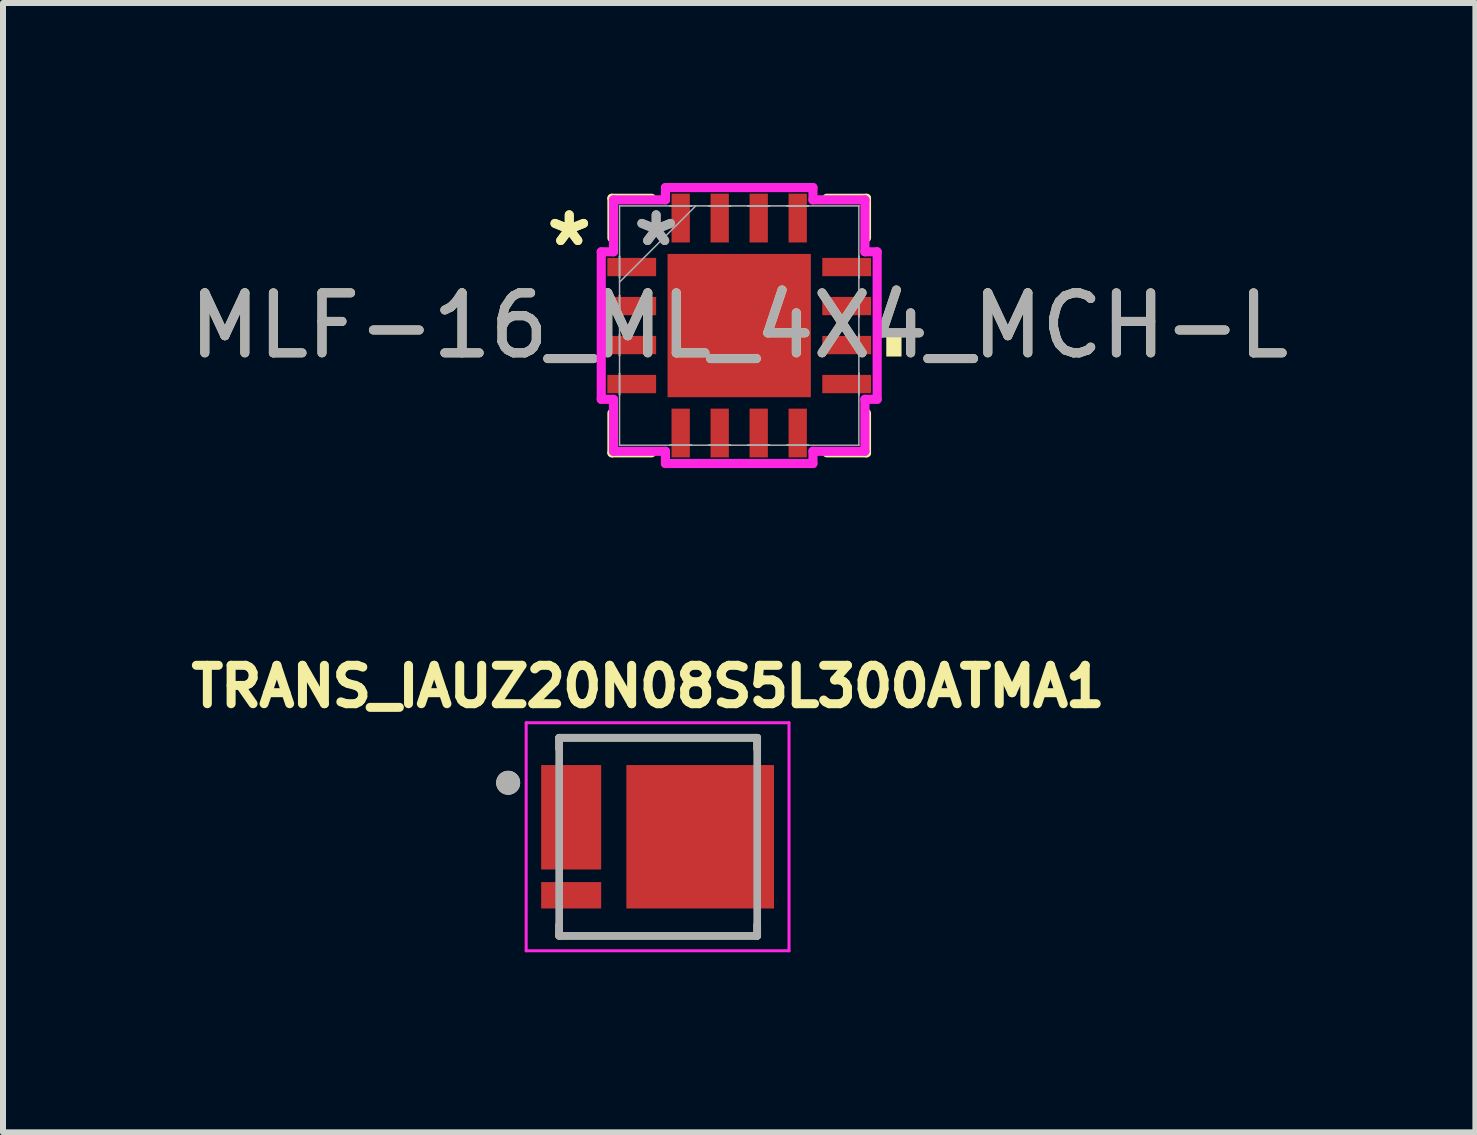
<source format=kicad_pcb>
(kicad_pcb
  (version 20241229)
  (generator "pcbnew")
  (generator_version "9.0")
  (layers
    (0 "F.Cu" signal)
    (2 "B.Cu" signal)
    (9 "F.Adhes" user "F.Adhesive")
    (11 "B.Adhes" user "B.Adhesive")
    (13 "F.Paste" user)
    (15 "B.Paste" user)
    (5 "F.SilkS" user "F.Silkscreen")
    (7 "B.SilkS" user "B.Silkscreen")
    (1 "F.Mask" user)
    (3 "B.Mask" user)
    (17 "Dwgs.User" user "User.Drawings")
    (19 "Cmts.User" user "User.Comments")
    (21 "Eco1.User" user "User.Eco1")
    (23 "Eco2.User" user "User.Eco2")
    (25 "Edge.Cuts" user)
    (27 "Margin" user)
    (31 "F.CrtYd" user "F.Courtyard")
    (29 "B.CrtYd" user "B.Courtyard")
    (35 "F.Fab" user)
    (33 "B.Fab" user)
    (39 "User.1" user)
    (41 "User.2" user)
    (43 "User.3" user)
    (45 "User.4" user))
  (footprint "MLF-16_ML_4X4_MCH-L"
    (layer "F.Cu")
    (at 9.268 2.375)
    (property "Reference" "MLF-16_ML_4X4_MCH-L" (at 0 0 0) (unlocked yes) (layer "F.SilkS") (effects (font (size 1 1) (thickness 0.15))))
    (attr smd)
    (fp_line (start -2.121 -2.121) (end -2.121 -1.46) (stroke (width 0.152) (type solid)) (layer "F.SilkS"))
    (fp_line (start -2.121 1.46) (end -2.121 2.121) (stroke (width 0.152) (type solid)) (layer "F.SilkS"))
    (fp_line (start -2.121 2.121) (end -1.46 2.121) (stroke (width 0.152) (type solid)) (layer "F.SilkS"))
    (fp_line (start -1.46 -2.121) (end -2.121 -2.121) (stroke (width 0.152) (type solid)) (layer "F.SilkS"))
    (fp_line (start 1.46 2.121) (end 2.121 2.121) (stroke (width 0.152) (type solid)) (layer "F.SilkS"))
    (fp_line (start 2.121 -2.121) (end 1.46 -2.121) (stroke (width 0.152) (type solid)) (layer "F.SilkS"))
    (fp_line (start 2.121 -1.46) (end 2.121 -2.121) (stroke (width 0.152) (type solid)) (layer "F.SilkS"))
    (fp_line (start 2.121 2.121) (end 2.121 1.46) (stroke (width 0.152) (type solid)) (layer "F.SilkS"))
    (fp_poly (pts (xy 2.705 0.135) (xy 2.705 0.516) (xy 2.451 0.516) (xy 2.451 0.135)) (stroke (width 0) (type solid)) (fill yes) (layer "F.SilkS"))
    (fp_line (start -2.299 -1.229) (end -2.095 -1.229) (stroke (width 0.152) (type solid)) (layer "F.CrtYd"))
    (fp_line (start -2.299 1.229) (end -2.299 -1.229) (stroke (width 0.152) (type solid)) (layer "F.CrtYd"))
    (fp_line (start -2.095 -2.095) (end -1.229 -2.095) (stroke (width 0.152) (type solid)) (layer "F.CrtYd"))
    (fp_line (start -2.095 -1.229) (end -2.095 -2.095) (stroke (width 0.152) (type solid)) (layer "F.CrtYd"))
    (fp_line (start -2.095 1.229) (end -2.299 1.229) (stroke (width 0.152) (type solid)) (layer "F.CrtYd"))
    (fp_line (start -2.095 2.095) (end -2.095 1.229) (stroke (width 0.152) (type solid)) (layer "F.CrtYd"))
    (fp_line (start -1.229 -2.299) (end 1.229 -2.299) (stroke (width 0.152) (type solid)) (layer "F.CrtYd"))
    (fp_line (start -1.229 -2.095) (end -1.229 -2.299) (stroke (width 0.152) (type solid)) (layer "F.CrtYd"))
    (fp_line (start -1.229 2.095) (end -2.095 2.095) (stroke (width 0.152) (type solid)) (layer "F.CrtYd"))
    (fp_line (start -1.229 2.299) (end -1.229 2.095) (stroke (width 0.152) (type solid)) (layer "F.CrtYd"))
    (fp_line (start 1.229 -2.299) (end 1.229 -2.095) (stroke (width 0.152) (type solid)) (layer "F.CrtYd"))
    (fp_line (start 1.229 -2.095) (end 2.095 -2.095) (stroke (width 0.152) (type solid)) (layer "F.CrtYd"))
    (fp_line (start 1.229 2.095) (end 1.229 2.299) (stroke (width 0.152) (type solid)) (layer "F.CrtYd"))
    (fp_line (start 1.229 2.299) (end -1.229 2.299) (stroke (width 0.152) (type solid)) (layer "F.CrtYd"))
    (fp_line (start 2.095 -2.095) (end 2.095 -1.229) (stroke (width 0.152) (type solid)) (layer "F.CrtYd"))
    (fp_line (start 2.095 -1.229) (end 2.299 -1.229) (stroke (width 0.152) (type solid)) (layer "F.CrtYd"))
    (fp_line (start 2.095 1.229) (end 2.095 2.095) (stroke (width 0.152) (type solid)) (layer "F.CrtYd"))
    (fp_line (start 2.095 2.095) (end 1.229 2.095) (stroke (width 0.152) (type solid)) (layer "F.CrtYd"))
    (fp_line (start 2.299 -1.229) (end 2.299 1.229) (stroke (width 0.152) (type solid)) (layer "F.CrtYd"))
    (fp_line (start 2.299 1.229) (end 2.095 1.229) (stroke (width 0.152) (type solid)) (layer "F.CrtYd"))
    (fp_line (start -1.994 -1.994) (end -1.994 -1.994) (stroke (width 0.025) (type solid)) (layer "F.Fab"))
    (fp_line (start -1.994 -1.994) (end -1.994 1.994) (stroke (width 0.025) (type solid)) (layer "F.Fab"))
    (fp_line (start -1.994 -1.153) (end -1.994 -1.153) (stroke (width 0.025) (type solid)) (layer "F.Fab"))
    (fp_line (start -1.994 -1.153) (end -1.994 -0.797) (stroke (width 0.025) (type solid)) (layer "F.Fab"))
    (fp_line (start -1.994 -0.797) (end -1.994 -1.153) (stroke (width 0.025) (type solid)) (layer "F.Fab"))
    (fp_line (start -1.994 -0.797) (end -1.994 -0.797) (stroke (width 0.025) (type solid)) (layer "F.Fab"))
    (fp_line (start -1.994 -0.724) (end -0.724 -1.994) (stroke (width 0.025) (type solid)) (layer "F.Fab"))
    (fp_line (start -1.994 -0.503) (end -1.994 -0.503) (stroke (width 0.025) (type solid)) (layer "F.Fab"))
    (fp_line (start -1.994 -0.503) (end -1.994 -0.147) (stroke (width 0.025) (type solid)) (layer "F.Fab"))
    (fp_line (start -1.994 -0.147) (end -1.994 -0.503) (stroke (width 0.025) (type solid)) (layer "F.Fab"))
    (fp_line (start -1.994 -0.147) (end -1.994 -0.147) (stroke (width 0.025) (type solid)) (layer "F.Fab"))
    (fp_line (start -1.994 0.147) (end -1.994 0.147) (stroke (width 0.025) (type solid)) (layer "F.Fab"))
    (fp_line (start -1.994 0.147) (end -1.994 0.503) (stroke (width 0.025) (type solid)) (layer "F.Fab"))
    (fp_line (start -1.994 0.503) (end -1.994 0.147) (stroke (width 0.025) (type solid)) (layer "F.Fab"))
    (fp_line (start -1.994 0.503) (end -1.994 0.503) (stroke (width 0.025) (type solid)) (layer "F.Fab"))
    (fp_line (start -1.994 0.797) (end -1.994 0.797) (stroke (width 0.025) (type solid)) (layer "F.Fab"))
    (fp_line (start -1.994 0.797) (end -1.994 1.153) (stroke (width 0.025) (type solid)) (layer "F.Fab"))
    (fp_line (start -1.994 1.153) (end -1.994 0.797) (stroke (width 0.025) (type solid)) (layer "F.Fab"))
    (fp_line (start -1.994 1.153) (end -1.994 1.153) (stroke (width 0.025) (type solid)) (layer "F.Fab"))
    (fp_line (start -1.994 1.994) (end -1.994 1.994) (stroke (width 0.025) (type solid)) (layer "F.Fab"))
    (fp_line (start -1.994 1.994) (end 1.994 1.994) (stroke (width 0.025) (type solid)) (layer "F.Fab"))
    (fp_line (start -1.153 -1.994) (end -1.153 -1.994) (stroke (width 0.025) (type solid)) (layer "F.Fab"))
    (fp_line (start -1.153 -1.994) (end -0.797 -1.994) (stroke (width 0.025) (type solid)) (layer "F.Fab"))
    (fp_line (start -1.153 1.994) (end -1.153 1.994) (stroke (width 0.025) (type solid)) (layer "F.Fab"))
    (fp_line (start -1.153 1.994) (end -0.797 1.994) (stroke (width 0.025) (type solid)) (layer "F.Fab"))
    (fp_line (start -0.797 -1.994) (end -1.153 -1.994) (stroke (width 0.025) (type solid)) (layer "F.Fab"))
    (fp_line (start -0.797 -1.994) (end -0.797 -1.994) (stroke (width 0.025) (type solid)) (layer "F.Fab"))
    (fp_line (start -0.797 1.994) (end -1.153 1.994) (stroke (width 0.025) (type solid)) (layer "F.Fab"))
    (fp_line (start -0.797 1.994) (end -0.797 1.994) (stroke (width 0.025) (type solid)) (layer "F.Fab"))
    (fp_line (start -0.503 -1.994) (end -0.503 -1.994) (stroke (width 0.025) (type solid)) (layer "F.Fab"))
    (fp_line (start -0.503 -1.994) (end -0.147 -1.994) (stroke (width 0.025) (type solid)) (layer "F.Fab"))
    (fp_line (start -0.503 1.994) (end -0.503 1.994) (stroke (width 0.025) (type solid)) (layer "F.Fab"))
    (fp_line (start -0.503 1.994) (end -0.147 1.994) (stroke (width 0.025) (type solid)) (layer "F.Fab"))
    (fp_line (start -0.147 -1.994) (end -0.503 -1.994) (stroke (width 0.025) (type solid)) (layer "F.Fab"))
    (fp_line (start -0.147 -1.994) (end -0.147 -1.994) (stroke (width 0.025) (type solid)) (layer "F.Fab"))
    (fp_line (start -0.147 1.994) (end -0.503 1.994) (stroke (width 0.025) (type solid)) (layer "F.Fab"))
    (fp_line (start -0.147 1.994) (end -0.147 1.994) (stroke (width 0.025) (type solid)) (layer "F.Fab"))
    (fp_line (start 0.147 -1.994) (end 0.147 -1.994) (stroke (width 0.025) (type solid)) (layer "F.Fab"))
    (fp_line (start 0.147 -1.994) (end 0.503 -1.994) (stroke (width 0.025) (type solid)) (layer "F.Fab"))
    (fp_line (start 0.147 1.994) (end 0.147 1.994) (stroke (width 0.025) (type solid)) (layer "F.Fab"))
    (fp_line (start 0.147 1.994) (end 0.503 1.994) (stroke (width 0.025) (type solid)) (layer "F.Fab"))
    (fp_line (start 0.503 -1.994) (end 0.147 -1.994) (stroke (width 0.025) (type solid)) (layer "F.Fab"))
    (fp_line (start 0.503 -1.994) (end 0.503 -1.994) (stroke (width 0.025) (type solid)) (layer "F.Fab"))
    (fp_line (start 0.503 1.994) (end 0.147 1.994) (stroke (width 0.025) (type solid)) (layer "F.Fab"))
    (fp_line (start 0.503 1.994) (end 0.503 1.994) (stroke (width 0.025) (type solid)) (layer "F.Fab"))
    (fp_line (start 0.797 -1.994) (end 0.797 -1.994) (stroke (width 0.025) (type solid)) (layer "F.Fab"))
    (fp_line (start 0.797 -1.994) (end 1.153 -1.994) (stroke (width 0.025) (type solid)) (layer "F.Fab"))
    (fp_line (start 0.797 1.994) (end 0.797 1.994) (stroke (width 0.025) (type solid)) (layer "F.Fab"))
    (fp_line (start 0.797 1.994) (end 1.153 1.994) (stroke (width 0.025) (type solid)) (layer "F.Fab"))
    (fp_line (start 1.153 -1.994) (end 0.797 -1.994) (stroke (width 0.025) (type solid)) (layer "F.Fab"))
    (fp_line (start 1.153 -1.994) (end 1.153 -1.994) (stroke (width 0.025) (type solid)) (layer "F.Fab"))
    (fp_line (start 1.153 1.994) (end 0.797 1.994) (stroke (width 0.025) (type solid)) (layer "F.Fab"))
    (fp_line (start 1.153 1.994) (end 1.153 1.994) (stroke (width 0.025) (type solid)) (layer "F.Fab"))
    (fp_line (start 1.994 -1.994) (end -1.994 -1.994) (stroke (width 0.025) (type solid)) (layer "F.Fab"))
    (fp_line (start 1.994 -1.994) (end 1.994 -1.994) (stroke (width 0.025) (type solid)) (layer "F.Fab"))
    (fp_line (start 1.994 -1.153) (end 1.994 -1.153) (stroke (width 0.025) (type solid)) (layer "F.Fab"))
    (fp_line (start 1.994 -1.153) (end 1.994 -0.797) (stroke (width 0.025) (type solid)) (layer "F.Fab"))
    (fp_line (start 1.994 -0.797) (end 1.994 -1.153) (stroke (width 0.025) (type solid)) (layer "F.Fab"))
    (fp_line (start 1.994 -0.797) (end 1.994 -0.797) (stroke (width 0.025) (type solid)) (layer "F.Fab"))
    (fp_line (start 1.994 -0.503) (end 1.994 -0.503) (stroke (width 0.025) (type solid)) (layer "F.Fab"))
    (fp_line (start 1.994 -0.503) (end 1.994 -0.147) (stroke (width 0.025) (type solid)) (layer "F.Fab"))
    (fp_line (start 1.994 -0.147) (end 1.994 -0.503) (stroke (width 0.025) (type solid)) (layer "F.Fab"))
    (fp_line (start 1.994 -0.147) (end 1.994 -0.147) (stroke (width 0.025) (type solid)) (layer "F.Fab"))
    (fp_line (start 1.994 0.147) (end 1.994 0.147) (stroke (width 0.025) (type solid)) (layer "F.Fab"))
    (fp_line (start 1.994 0.147) (end 1.994 0.503) (stroke (width 0.025) (type solid)) (layer "F.Fab"))
    (fp_line (start 1.994 0.503) (end 1.994 0.147) (stroke (width 0.025) (type solid)) (layer "F.Fab"))
    (fp_line (start 1.994 0.503) (end 1.994 0.503) (stroke (width 0.025) (type solid)) (layer "F.Fab"))
    (fp_line (start 1.994 0.797) (end 1.994 0.797) (stroke (width 0.025) (type solid)) (layer "F.Fab"))
    (fp_line (start 1.994 0.797) (end 1.994 1.153) (stroke (width 0.025) (type solid)) (layer "F.Fab"))
    (fp_line (start 1.994 1.153) (end 1.994 0.797) (stroke (width 0.025) (type solid)) (layer "F.Fab"))
    (fp_line (start 1.994 1.153) (end 1.994 1.153) (stroke (width 0.025) (type solid)) (layer "F.Fab"))
    (fp_line (start 1.994 1.994) (end 1.994 -1.994) (stroke (width 0.025) (type solid)) (layer "F.Fab"))
    (fp_line (start 1.994 1.994) (end 1.994 1.994) (stroke (width 0.025) (type solid)) (layer "F.Fab"))
    (fp_text user "*" (at -2.832 -1.3 0) (layer "F.SilkS") (effects (font (size 1 1) (thickness 0.15))))
    (fp_text user "*" (at -2.832 -1.3 0) (unlocked yes) (layer "F.SilkS") (effects (font (size 1 1) (thickness 0.15))))
    (fp_text user "*" (at -1.384 -1.3 0) (unlocked yes) (layer "F.Fab") (effects (font (size 1 1) (thickness 0.15))))
    (fp_text user "${REFERENCE}" (at 0 0 0) (unlocked yes) (layer "F.Fab") (effects (font (size 1 1) (thickness 0.15))))
    (fp_text user "*" (at -1.384 -1.3 0) (layer "F.Fab") (effects (font (size 1 1) (thickness 0.15))))
    (pad "1" smd rect (at -1.791 -0.975 90) (size 0.305 0.813) (layers "F.Cu" "F.Mask" "F.Paste"))
    (pad "2" smd rect (at -1.791 -0.325 90) (size 0.305 0.813) (layers "F.Cu" "F.Mask" "F.Paste"))
    (pad "3" smd rect (at -1.791 0.325 90) (size 0.305 0.813) (layers "F.Cu" "F.Mask" "F.Paste"))
    (pad "4" smd rect (at -1.791 0.975 90) (size 0.305 0.813) (layers "F.Cu" "F.Mask" "F.Paste"))
    (pad "5" smd rect (at -0.975 1.791) (size 0.305 0.813) (layers "F.Cu" "F.Mask" "F.Paste"))
    (pad "6" smd rect (at -0.325 1.791) (size 0.305 0.813) (layers "F.Cu" "F.Mask" "F.Paste"))
    (pad "7" smd rect (at 0.325 1.791) (size 0.305 0.813) (layers "F.Cu" "F.Mask" "F.Paste"))
    (pad "8" smd rect (at 0.975 1.791) (size 0.305 0.813) (layers "F.Cu" "F.Mask" "F.Paste"))
    (pad "9" smd rect (at 1.791 0.975 90) (size 0.305 0.813) (layers "F.Cu" "F.Mask" "F.Paste"))
    (pad "10" smd rect (at 1.791 0.325 90) (size 0.305 0.813) (layers "F.Cu" "F.Mask" "F.Paste"))
    (pad "11" smd rect (at 1.791 -0.325 90) (size 0.305 0.813) (layers "F.Cu" "F.Mask" "F.Paste"))
    (pad "12" smd rect (at 1.791 -0.975 90) (size 0.305 0.813) (layers "F.Cu" "F.Mask" "F.Paste"))
    (pad "13" smd rect (at 0.975 -1.791) (size 0.305 0.813) (layers "F.Cu" "F.Mask" "F.Paste"))
    (pad "14" smd rect (at 0.325 -1.791) (size 0.305 0.813) (layers "F.Cu" "F.Mask" "F.Paste"))
    (pad "15" smd rect (at -0.325 -1.791) (size 0.305 0.813) (layers "F.Cu" "F.Mask" "F.Paste"))
    (pad "16" smd rect (at -0.975 -1.791) (size 0.305 0.813) (layers "F.Cu" "F.Mask" "F.Paste"))
    (pad "17" smd rect (at 0 0) (size 2.388 2.388) (layers "F.Cu" "F.Mask" "F.Paste")))
  (footprint "TRANS_IAUZ20N08S5L300ATMA1"
    (layer "F.Cu")
    (at 7.918 10.894)
    (property "Reference" "TRANS_IAUZ20N08S5L300ATMA1" (at -0.168 -2.506 0) (layer "F.SilkS") (effects (font (size 0.64 0.64) (thickness 0.15))))
    (attr smd)
    (fp_poly (pts (xy -1.9 0.805) (xy -1 0.805) (xy -1 1.145) (xy -1.9 1.145)) (stroke (width 0.01) (type solid)) (fill yes) (layer "F.Mask"))
    (fp_poly (pts (xy -1 -1.145) (xy -1.9 -1.145) (xy -1.9 -0.805) (xy -1.45 -0.805) (xy -1.45 -0.495) (xy -1.9 -0.495) (xy -1.9 -0.155) (xy -1.45 -0.155) (xy -1.45 0.155) (xy -1.9 0.155) (xy -1.9 0.495) (xy -1 0.495)) (stroke (width 0.01) (type solid)) (fill yes) (layer "F.Mask"))
    (fp_poly (pts (xy 1.88 -1.145) (xy -0.48 -1.145) (xy -0.48 1.145) (xy 1.88 1.145) (xy 1.88 0.805) (xy 1.23 0.805) (xy 1.23 0.495) (xy 1.88 0.495) (xy 1.88 0.155) (xy 1.23 0.155) (xy 1.23 -0.155) (xy 1.88 -0.155) (xy 1.88 -0.495) (xy 1.23 -0.495) (xy 1.23 -0.805) (xy 1.88 -0.805)) (stroke (width 0.01) (type solid)) (fill yes) (layer "F.Mask"))
    (fp_line (start -1.65 -1.65) (end 1.65 -1.65) (stroke (width 0.127) (type solid)) (layer "F.SilkS"))
    (fp_line (start -1.65 -1.465) (end -1.65 -1.65) (stroke (width 0.127) (type solid)) (layer "F.SilkS"))
    (fp_line (start -1.65 1.65) (end -1.65 1.465) (stroke (width 0.127) (type solid)) (layer "F.SilkS"))
    (fp_line (start 1.65 -1.65) (end 1.65 -1.465) (stroke (width 0.127) (type solid)) (layer "F.SilkS"))
    (fp_line (start 1.65 1.465) (end 1.65 1.65) (stroke (width 0.127) (type solid)) (layer "F.SilkS"))
    (fp_line (start 1.65 1.65) (end -1.65 1.65) (stroke (width 0.127) (type solid)) (layer "F.SilkS"))
    (fp_circle (center -2.5 -0.9) (end -2.4 -0.9) (stroke (width 0.2) (type solid)) (fill no) (layer "F.SilkS"))
    (fp_poly (pts (xy -1.85 0.855) (xy -1.15 0.855) (xy -1.15 1.095) (xy -1.85 1.095)) (stroke (width 0.01) (type solid)) (fill yes) (layer "F.Paste"))
    (fp_poly (pts (xy -1.845 -1.095) (xy -1.545 -1.095) (xy -1.545 -0.855) (xy -1.845 -0.855)) (stroke (width 0.01) (type solid)) (fill yes) (layer "F.Paste"))
    (fp_poly (pts (xy -1.845 -0.445) (xy -1.545 -0.445) (xy -1.545 -0.205) (xy -1.845 -0.205)) (stroke (width 0.01) (type solid)) (fill yes) (layer "F.Paste"))
    (fp_poly (pts (xy -1.845 0.205) (xy -1.545 0.205) (xy -1.545 0.445) (xy -1.845 0.445)) (stroke (width 0.01) (type solid)) (fill yes) (layer "F.Paste"))
    (fp_poly (pts (xy -1.395 -1.095) (xy -1.045 -1.095) (xy -1.045 -0.425) (xy -1.395 -0.425)) (stroke (width 0.01) (type solid)) (fill yes) (layer "F.Paste"))
    (fp_poly (pts (xy -1.395 -0.225) (xy -1.045 -0.225) (xy -1.045 0.445) (xy -1.395 0.445)) (stroke (width 0.01) (type solid)) (fill yes) (layer "F.Paste"))
    (fp_poly (pts (xy -0.35 -1.095) (xy 1.05 -1.095) (xy 1.05 -0.855) (xy -0.35 -0.855)) (stroke (width 0.01) (type solid)) (fill yes) (layer "F.Paste"))
    (fp_poly (pts (xy -0.35 -0.545) (xy 1.05 -0.545) (xy 1.05 0.545) (xy -0.35 0.545)) (stroke (width 0.01) (type solid)) (fill yes) (layer "F.Paste"))
    (fp_poly (pts (xy -0.35 0.855) (xy 1.05 0.855) (xy 1.05 1.095) (xy -0.35 1.095)) (stroke (width 0.01) (type solid)) (fill yes) (layer "F.Paste"))
    (fp_poly (pts (xy 1.25 -1.095) (xy 1.85 -1.095) (xy 1.85 -0.855) (xy 1.25 -0.855)) (stroke (width 0.01) (type solid)) (fill yes) (layer "F.Paste"))
    (fp_poly (pts (xy 1.25 -0.445) (xy 1.85 -0.445) (xy 1.85 -0.205) (xy 1.25 -0.205)) (stroke (width 0.01) (type solid)) (fill yes) (layer "F.Paste"))
    (fp_poly (pts (xy 1.25 0.205) (xy 1.85 0.205) (xy 1.85 0.445) (xy 1.25 0.445)) (stroke (width 0.01) (type solid)) (fill yes) (layer "F.Paste"))
    (fp_poly (pts (xy 1.25 0.855) (xy 1.85 0.855) (xy 1.85 1.095) (xy 1.25 1.095)) (stroke (width 0.01) (type solid)) (fill yes) (layer "F.Paste"))
    (fp_line (start -2.2 -1.9) (end 2.18 -1.9) (stroke (width 0.05) (type solid)) (layer "F.CrtYd"))
    (fp_line (start -2.2 1.9) (end -2.2 -1.9) (stroke (width 0.05) (type solid)) (layer "F.CrtYd"))
    (fp_line (start 2.18 -1.9) (end 2.18 1.9) (stroke (width 0.05) (type solid)) (layer "F.CrtYd"))
    (fp_line (start 2.18 1.9) (end -2.2 1.9) (stroke (width 0.05) (type solid)) (layer "F.CrtYd"))
    (fp_line (start -1.65 -1.65) (end 1.65 -1.65) (stroke (width 0.127) (type solid)) (layer "F.Fab"))
    (fp_line (start -1.65 1.65) (end -1.65 -1.65) (stroke (width 0.127) (type solid)) (layer "F.Fab"))
    (fp_line (start 1.65 -1.65) (end 1.65 1.65) (stroke (width 0.127) (type solid)) (layer "F.Fab"))
    (fp_line (start 1.65 1.65) (end -1.65 1.65) (stroke (width 0.127) (type solid)) (layer "F.Fab"))
    (fp_circle (center -2.5 -0.9) (end -2.4 -0.9) (stroke (width 0.2) (type solid)) (fill no) (layer "F.Fab"))
    (pad "1" smd rect (at 0.7 0) (size 2.46 2.39) (layers "F.Cu"))
    (pad "2" smd rect (at -1.45 0.975) (size 1 0.44) (layers "F.Cu"))
    (pad "3" smd rect (at -1.45 -0.325) (size 1 1.74) (layers "F.Cu")))
  (gr_rect
    (start -3 -3)
    (end 21.536 15.819)
    (stroke (width 0.1) (type default))
    (fill no)
    (layer "Edge.Cuts")))
</source>
